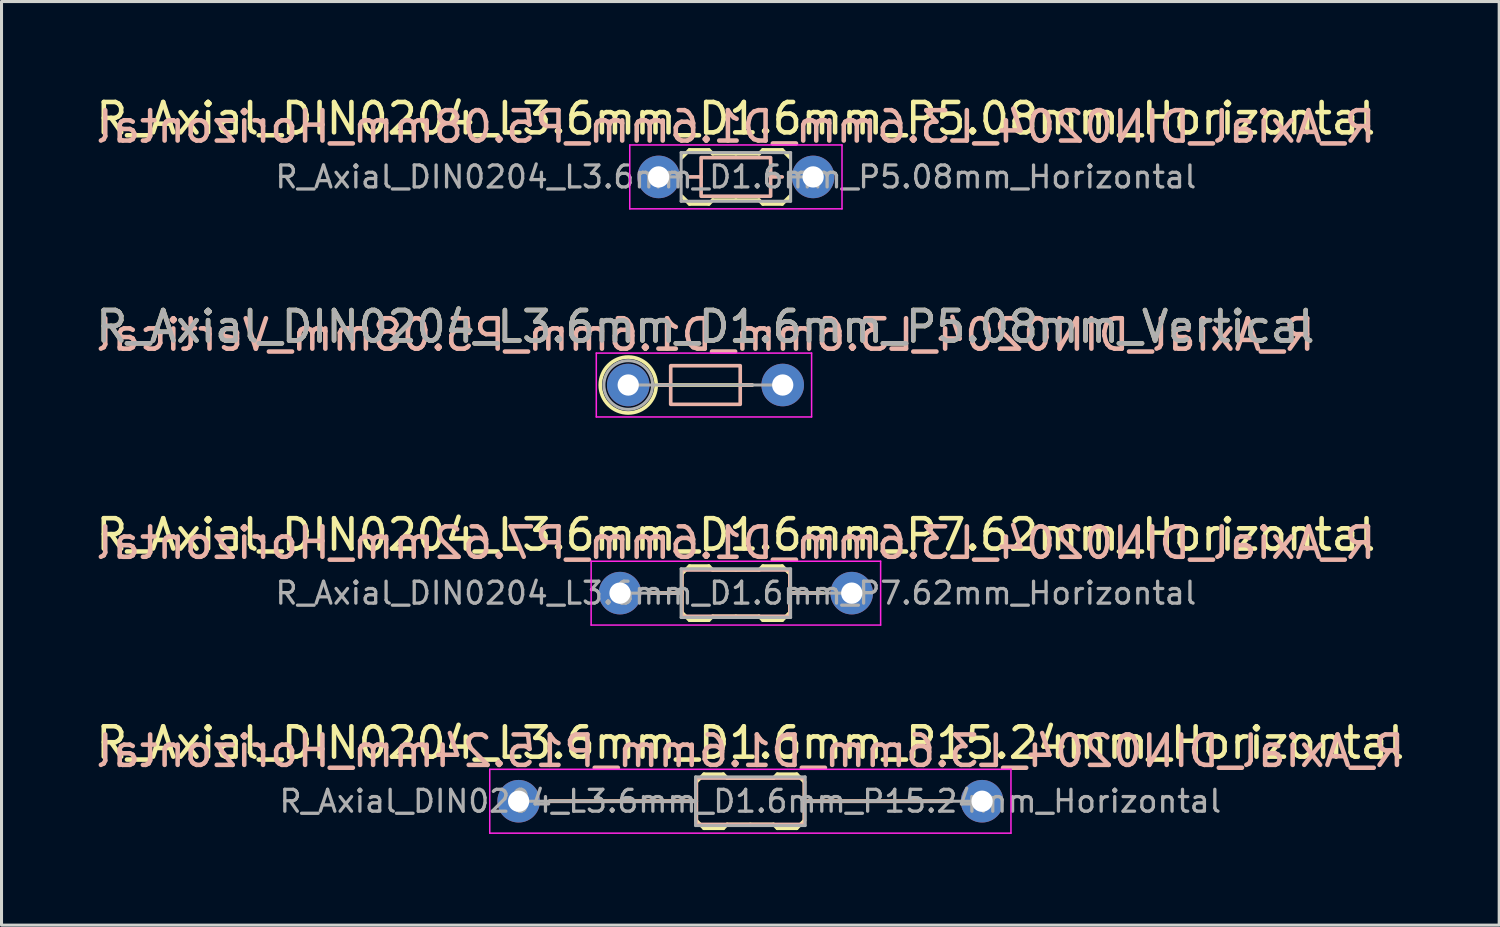
<source format=kicad_pcb>
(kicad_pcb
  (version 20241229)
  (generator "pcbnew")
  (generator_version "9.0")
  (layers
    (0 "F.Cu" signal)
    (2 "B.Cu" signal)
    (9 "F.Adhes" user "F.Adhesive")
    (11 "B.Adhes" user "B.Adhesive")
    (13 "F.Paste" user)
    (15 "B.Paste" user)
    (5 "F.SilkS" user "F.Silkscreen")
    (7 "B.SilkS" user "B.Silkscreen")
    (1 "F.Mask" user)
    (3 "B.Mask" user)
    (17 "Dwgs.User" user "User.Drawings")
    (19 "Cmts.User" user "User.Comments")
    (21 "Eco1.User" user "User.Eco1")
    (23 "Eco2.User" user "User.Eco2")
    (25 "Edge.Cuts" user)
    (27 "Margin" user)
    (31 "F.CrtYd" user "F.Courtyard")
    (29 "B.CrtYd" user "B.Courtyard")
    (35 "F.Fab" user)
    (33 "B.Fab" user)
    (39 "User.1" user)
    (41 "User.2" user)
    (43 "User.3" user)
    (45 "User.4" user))
  (footprint "R_Axial_DIN0204_L3.6mm_D1.6mm_P7.62mm_Horizontal"
    (layer "F.Cu")
    (at 17.339 16.455)
    (property "Reference" "R_Axial_DIN0204_L3.6mm_D1.6mm_P7.62mm_Horizontal" (at 3.81 -1.92 0) (layer "F.SilkS") (effects (font (size 1 1) (thickness 0.15))))
    (fp_line (start 0.94 0) (end 1.89 0) (stroke (width 0.12) (type solid)) (layer "F.SilkS"))
    (fp_line (start 1.89 0) (end 2.032 0) (stroke (width 0.12) (type solid)) (layer "F.SilkS"))
    (fp_line (start 2.032 -0.635) (end 2.286 -0.889) (stroke (width 0.12) (type solid)) (layer "F.SilkS"))
    (fp_line (start 2.032 0.635) (end 2.032 -0.635) (stroke (width 0.12) (type solid)) (layer "F.SilkS"))
    (fp_line (start 2.032 0.635) (end 2.286 0.889) (stroke (width 0.12) (type solid)) (layer "F.SilkS"))
    (fp_line (start 2.286 -0.889) (end 2.921 -0.889) (stroke (width 0.12) (type solid)) (layer "F.SilkS"))
    (fp_line (start 2.286 0.889) (end 2.921 0.889) (stroke (width 0.12) (type solid)) (layer "F.SilkS"))
    (fp_line (start 2.921 -0.889) (end 3.048 -0.762) (stroke (width 0.12) (type solid)) (layer "F.SilkS"))
    (fp_line (start 2.921 0.889) (end 3.048 0.762) (stroke (width 0.12) (type solid)) (layer "F.SilkS"))
    (fp_line (start 3.048 -0.762) (end 3.81 -0.762) (stroke (width 0.12) (type solid)) (layer "F.SilkS"))
    (fp_line (start 3.048 0.762) (end 3.81 0.762) (stroke (width 0.12) (type solid)) (layer "F.SilkS"))
    (fp_line (start 4.572 -0.762) (end 3.81 -0.762) (stroke (width 0.12) (type solid)) (layer "F.SilkS"))
    (fp_line (start 4.572 0.762) (end 3.81 0.762) (stroke (width 0.12) (type solid)) (layer "F.SilkS"))
    (fp_line (start 4.699 -0.889) (end 4.572 -0.762) (stroke (width 0.12) (type solid)) (layer "F.SilkS"))
    (fp_line (start 4.699 0.889) (end 4.572 0.762) (stroke (width 0.12) (type solid)) (layer "F.SilkS"))
    (fp_line (start 5.334 -0.889) (end 4.699 -0.889) (stroke (width 0.12) (type solid)) (layer "F.SilkS"))
    (fp_line (start 5.334 0.889) (end 4.699 0.889) (stroke (width 0.12) (type solid)) (layer "F.SilkS"))
    (fp_line (start 5.588 -0.635) (end 5.334 -0.889) (stroke (width 0.12) (type solid)) (layer "F.SilkS"))
    (fp_line (start 5.588 -0.635) (end 5.588 0.635) (stroke (width 0.12) (type solid)) (layer "F.SilkS"))
    (fp_line (start 5.588 0.635) (end 5.334 0.889) (stroke (width 0.12) (type solid)) (layer "F.SilkS"))
    (fp_line (start 5.715 0) (end 5.588 0) (stroke (width 0.12) (type solid)) (layer "F.SilkS"))
    (fp_line (start 6.68 0) (end 5.73 0) (stroke (width 0.12) (type solid)) (layer "F.SilkS"))
    (fp_line (start 2.032 0) (end 1.016 0) (stroke (width 0.12) (type solid)) (layer "B.SilkS"))
    (fp_line (start 5.588 0) (end 6.604 0) (stroke (width 0.12) (type solid)) (layer "B.SilkS"))
    (fp_rect (start 2.032 -0.762) (end 5.588 0.762) (stroke (width 0.12) (type solid)) (fill no) (layer "B.SilkS"))
    (fp_line (start -0.95 -1.05) (end -0.95 1.05) (stroke (width 0.05) (type solid)) (layer "F.CrtYd"))
    (fp_line (start -0.95 1.05) (end 8.57 1.05) (stroke (width 0.05) (type solid)) (layer "F.CrtYd"))
    (fp_line (start 8.57 -1.05) (end -0.95 -1.05) (stroke (width 0.05) (type solid)) (layer "F.CrtYd"))
    (fp_line (start 8.57 1.05) (end 8.57 -1.05) (stroke (width 0.05) (type solid)) (layer "F.CrtYd"))
    (fp_line (start 0 0) (end 2.01 0) (stroke (width 0.1) (type solid)) (layer "F.Fab"))
    (fp_line (start 2.01 -0.8) (end 2.01 0.8) (stroke (width 0.1) (type solid)) (layer "F.Fab"))
    (fp_line (start 2.01 0.8) (end 5.61 0.8) (stroke (width 0.1) (type solid)) (layer "F.Fab"))
    (fp_line (start 5.61 -0.8) (end 2.01 -0.8) (stroke (width 0.1) (type solid)) (layer "F.Fab"))
    (fp_line (start 5.61 0.8) (end 5.61 -0.8) (stroke (width 0.1) (type solid)) (layer "F.Fab"))
    (fp_line (start 7.62 0) (end 5.61 0) (stroke (width 0.1) (type solid)) (layer "F.Fab"))
    (fp_text user "${REFERENCE}" (at 3.81 -1.651 0) (layer "B.SilkS") (effects (font (size 1 1) (thickness 0.15)) (justify mirror)))
    (fp_text user "${REFERENCE}" (at 3.81 0 0) (layer "F.Fab") (effects (font (size 0.72 0.72) (thickness 0.108))))
    (pad "1" thru_hole circle (at 0 0) (size 1.4 1.4) (drill 0.7) (layers "*.Cu" "*.Mask"))
    (pad "2" thru_hole oval (at 7.62 0) (size 1.4 1.4) (drill 0.7) (layers "*.Cu" "*.Mask")))
  (footprint "R_Axial_DIN0204_L3.6mm_D1.6mm_P15.24mm_Horizontal"
    (layer "F.Cu")
    (at 14.005 23.298)
    (property "Reference" "R_Axial_DIN0204_L3.6mm_D1.6mm_P15.24mm_Horizontal" (at 7.62 -1.92 0) (layer "F.SilkS") (effects (font (size 1 1) (thickness 0.15))))
    (fp_line (start 1.016 0) (end 5.7 0) (stroke (width 0.12) (type solid)) (layer "F.SilkS"))
    (fp_line (start 5.7 0) (end 5.842 0) (stroke (width 0.12) (type solid)) (layer "F.SilkS"))
    (fp_line (start 5.842 -0.635) (end 6.096 -0.889) (stroke (width 0.12) (type solid)) (layer "F.SilkS"))
    (fp_line (start 5.842 0.635) (end 5.842 -0.635) (stroke (width 0.12) (type solid)) (layer "F.SilkS"))
    (fp_line (start 5.842 0.635) (end 6.096 0.889) (stroke (width 0.12) (type solid)) (layer "F.SilkS"))
    (fp_line (start 6.096 -0.889) (end 6.731 -0.889) (stroke (width 0.12) (type solid)) (layer "F.SilkS"))
    (fp_line (start 6.096 0.889) (end 6.731 0.889) (stroke (width 0.12) (type solid)) (layer "F.SilkS"))
    (fp_line (start 6.731 -0.889) (end 6.858 -0.762) (stroke (width 0.12) (type solid)) (layer "F.SilkS"))
    (fp_line (start 6.731 0.889) (end 6.858 0.762) (stroke (width 0.12) (type solid)) (layer "F.SilkS"))
    (fp_line (start 6.858 -0.762) (end 7.62 -0.762) (stroke (width 0.12) (type solid)) (layer "F.SilkS"))
    (fp_line (start 6.858 0.762) (end 7.62 0.762) (stroke (width 0.12) (type solid)) (layer "F.SilkS"))
    (fp_line (start 8.382 -0.762) (end 7.62 -0.762) (stroke (width 0.12) (type solid)) (layer "F.SilkS"))
    (fp_line (start 8.382 0.762) (end 7.62 0.762) (stroke (width 0.12) (type solid)) (layer "F.SilkS"))
    (fp_line (start 8.509 -0.889) (end 8.382 -0.762) (stroke (width 0.12) (type solid)) (layer "F.SilkS"))
    (fp_line (start 8.509 0.889) (end 8.382 0.762) (stroke (width 0.12) (type solid)) (layer "F.SilkS"))
    (fp_line (start 9.144 -0.889) (end 8.509 -0.889) (stroke (width 0.12) (type solid)) (layer "F.SilkS"))
    (fp_line (start 9.144 0.889) (end 8.509 0.889) (stroke (width 0.12) (type solid)) (layer "F.SilkS"))
    (fp_line (start 9.398 -0.635) (end 9.144 -0.889) (stroke (width 0.12) (type solid)) (layer "F.SilkS"))
    (fp_line (start 9.398 -0.635) (end 9.398 0.635) (stroke (width 0.12) (type solid)) (layer "F.SilkS"))
    (fp_line (start 9.398 0.635) (end 9.144 0.889) (stroke (width 0.12) (type solid)) (layer "F.SilkS"))
    (fp_line (start 9.525 0) (end 9.398 0) (stroke (width 0.12) (type solid)) (layer "F.SilkS"))
    (fp_line (start 14.224 0) (end 9.54 0) (stroke (width 0.12) (type solid)) (layer "F.SilkS"))
    (fp_line (start 5.842 0) (end 1.016 0) (stroke (width 0.12) (type solid)) (layer "B.SilkS"))
    (fp_line (start 9.398 0) (end 14.224 0) (stroke (width 0.12) (type solid)) (layer "B.SilkS"))
    (fp_rect (start 5.842 -0.762) (end 9.398 0.762) (stroke (width 0.12) (type solid)) (fill no) (layer "B.SilkS"))
    (fp_line (start -0.95 -1.05) (end -0.95 1.05) (stroke (width 0.05) (type solid)) (layer "F.CrtYd"))
    (fp_line (start -0.95 1.05) (end 16.19 1.05) (stroke (width 0.05) (type solid)) (layer "F.CrtYd"))
    (fp_line (start 16.19 -1.05) (end -0.95 -1.05) (stroke (width 0.05) (type solid)) (layer "F.CrtYd"))
    (fp_line (start 16.19 1.05) (end 16.19 -1.05) (stroke (width 0.05) (type solid)) (layer "F.CrtYd"))
    (fp_line (start 0 0) (end 5.842 0) (stroke (width 0.1) (type solid)) (layer "F.Fab"))
    (fp_line (start 5.82 -0.8) (end 5.82 0.8) (stroke (width 0.1) (type solid)) (layer "F.Fab"))
    (fp_line (start 5.82 0.8) (end 9.42 0.8) (stroke (width 0.1) (type solid)) (layer "F.Fab"))
    (fp_line (start 9.42 -0.8) (end 5.82 -0.8) (stroke (width 0.1) (type solid)) (layer "F.Fab"))
    (fp_line (start 9.42 0.8) (end 9.42 -0.8) (stroke (width 0.1) (type solid)) (layer "F.Fab"))
    (fp_line (start 15.24 0) (end 9.42 0) (stroke (width 0.1) (type solid)) (layer "F.Fab"))
    (fp_text user "${REFERENCE}" (at 7.62 -1.651 0) (layer "B.SilkS") (effects (font (size 1 1) (thickness 0.15)) (justify mirror)))
    (fp_text user "${REFERENCE}" (at 7.62 0 0) (layer "F.Fab") (effects (font (size 0.72 0.72) (thickness 0.108))))
    (pad "1" thru_hole circle (at 0 0) (size 1.4 1.4) (drill 0.7) (layers "*.Cu" "*.Mask"))
    (pad "2" thru_hole oval (at 15.24 0) (size 1.4 1.4) (drill 0.7) (layers "*.Cu" "*.Mask")))
  (footprint "R_Axial_DIN0204_L3.6mm_D1.6mm_P5.08mm_Vertical"
    (layer "F.Cu")
    (at 17.609 9.611)
    (property "Reference" "R_Axial_DIN0204_L3.6mm_D1.6mm_P5.08mm_Vertical" (at 2.54 -1.92 0) (layer "F.SilkS") (effects (font (size 1 1) (thickness 0.15))))
    (fp_line (start 0.92 0) (end 4.08 0) (stroke (width 0.12) (type solid)) (layer "F.SilkS"))
    (fp_circle (center 0 0) (end 0.92 0) (stroke (width 0.12) (type solid)) (fill no) (layer "F.SilkS"))
    (fp_line (start 1.016 0) (end 1.397 0) (stroke (width 0.12) (type solid)) (layer "B.SilkS"))
    (fp_line (start 4.064 0) (end 3.683 0) (stroke (width 0.12) (type solid)) (layer "B.SilkS"))
    (fp_rect (start 1.397 -0.635) (end 3.683 0.635) (stroke (width 0.12) (type solid)) (fill no) (layer "B.SilkS"))
    (fp_line (start -1.05 -1.05) (end -1.05 1.05) (stroke (width 0.05) (type solid)) (layer "F.CrtYd"))
    (fp_line (start -1.05 1.05) (end 6.03 1.05) (stroke (width 0.05) (type solid)) (layer "F.CrtYd"))
    (fp_line (start 6.03 -1.05) (end -1.05 -1.05) (stroke (width 0.05) (type solid)) (layer "F.CrtYd"))
    (fp_line (start 6.03 1.05) (end 6.03 -1.05) (stroke (width 0.05) (type solid)) (layer "F.CrtYd"))
    (fp_line (start 0 0) (end 5.08 0) (stroke (width 0.1) (type solid)) (layer "F.Fab"))
    (fp_circle (center 0 0) (end 0.8 0) (stroke (width 0.1) (type solid)) (fill no) (layer "F.Fab"))
    (fp_text user "${REFERENCE}" (at 2.54 -1.651 0) (layer "B.SilkS") (effects (font (size 1 1) (thickness 0.15)) (justify mirror)))
    (fp_text user "${REFERENCE}" (at 2.54 -1.92 0) (layer "F.Fab") (effects (font (size 1 1) (thickness 0.15))))
    (pad "1" thru_hole circle (at 0 0) (size 1.4 1.4) (drill 0.7) (layers "*.Cu" "*.Mask"))
    (pad "2" thru_hole oval (at 5.08 0) (size 1.4 1.4) (drill 0.7) (layers "*.Cu" "*.Mask")))
  (footprint "R_Axial_DIN0204_L3.6mm_D1.6mm_P5.08mm_Horizontal"
    (layer "F.Cu")
    (at 18.609 2.768)
    (property "Reference" "R_Axial_DIN0204_L3.6mm_D1.6mm_P5.08mm_Horizontal" (at 2.54 -1.92 0) (layer "F.SilkS") (effects (font (size 1 1) (thickness 0.15))))
    (fp_line (start 0.762 -0.635) (end 1.016 -0.889) (stroke (width 0.12) (type solid)) (layer "F.SilkS"))
    (fp_line (start 0.762 0.635) (end 1.016 0.889) (stroke (width 0.12) (type solid)) (layer "F.SilkS"))
    (fp_line (start 1.016 -0.889) (end 1.651 -0.889) (stroke (width 0.12) (type solid)) (layer "F.SilkS"))
    (fp_line (start 1.016 0.889) (end 1.651 0.889) (stroke (width 0.12) (type solid)) (layer "F.SilkS"))
    (fp_line (start 1.651 -0.889) (end 1.778 -0.762) (stroke (width 0.12) (type solid)) (layer "F.SilkS"))
    (fp_line (start 1.651 0.889) (end 1.778 0.762) (stroke (width 0.12) (type solid)) (layer "F.SilkS"))
    (fp_line (start 1.778 -0.762) (end 2.54 -0.762) (stroke (width 0.12) (type solid)) (layer "F.SilkS"))
    (fp_line (start 1.778 0.762) (end 2.54 0.762) (stroke (width 0.12) (type solid)) (layer "F.SilkS"))
    (fp_line (start 3.302 -0.762) (end 2.54 -0.762) (stroke (width 0.12) (type solid)) (layer "F.SilkS"))
    (fp_line (start 3.302 0.762) (end 2.54 0.762) (stroke (width 0.12) (type solid)) (layer "F.SilkS"))
    (fp_line (start 3.429 -0.889) (end 3.302 -0.762) (stroke (width 0.12) (type solid)) (layer "F.SilkS"))
    (fp_line (start 3.429 0.889) (end 3.302 0.762) (stroke (width 0.12) (type solid)) (layer "F.SilkS"))
    (fp_line (start 4.064 -0.889) (end 3.429 -0.889) (stroke (width 0.12) (type solid)) (layer "F.SilkS"))
    (fp_line (start 4.064 0.889) (end 3.429 0.889) (stroke (width 0.12) (type solid)) (layer "F.SilkS"))
    (fp_line (start 4.318 -0.635) (end 4.064 -0.889) (stroke (width 0.12) (type solid)) (layer "F.SilkS"))
    (fp_line (start 4.318 0.635) (end 4.064 0.889) (stroke (width 0.12) (type solid)) (layer "F.SilkS"))
    (fp_line (start 1.016 0) (end 1.397 0) (stroke (width 0.12) (type solid)) (layer "B.SilkS"))
    (fp_line (start 4.064 0) (end 3.683 0) (stroke (width 0.12) (type solid)) (layer "B.SilkS"))
    (fp_rect (start 1.397 -0.635) (end 3.683 0.635) (stroke (width 0.12) (type solid)) (fill no) (layer "B.SilkS"))
    (fp_line (start -0.95 -1.05) (end -0.95 1.05) (stroke (width 0.05) (type solid)) (layer "F.CrtYd"))
    (fp_line (start -0.95 1.05) (end 6.03 1.05) (stroke (width 0.05) (type solid)) (layer "F.CrtYd"))
    (fp_line (start 6.03 -1.05) (end -0.95 -1.05) (stroke (width 0.05) (type solid)) (layer "F.CrtYd"))
    (fp_line (start 6.03 1.05) (end 6.03 -1.05) (stroke (width 0.05) (type solid)) (layer "F.CrtYd"))
    (fp_line (start 0 0) (end 0.74 0) (stroke (width 0.1) (type solid)) (layer "F.Fab"))
    (fp_line (start 0.74 -0.8) (end 0.74 0.8) (stroke (width 0.1) (type solid)) (layer "F.Fab"))
    (fp_line (start 0.74 0.8) (end 4.34 0.8) (stroke (width 0.1) (type solid)) (layer "F.Fab"))
    (fp_line (start 4.34 -0.8) (end 0.74 -0.8) (stroke (width 0.1) (type solid)) (layer "F.Fab"))
    (fp_line (start 4.34 0.8) (end 4.34 -0.8) (stroke (width 0.1) (type solid)) (layer "F.Fab"))
    (fp_line (start 5.08 0) (end 4.34 0) (stroke (width 0.1) (type solid)) (layer "F.Fab"))
    (fp_text user "${REFERENCE}" (at 2.54 -1.651 0) (layer "B.SilkS") (effects (font (size 1 1) (thickness 0.15)) (justify mirror)))
    (fp_text user "${REFERENCE}" (at 2.54 0 0) (layer "F.Fab") (effects (font (size 0.72 0.72) (thickness 0.108))))
    (pad "1" thru_hole circle (at 0 0) (size 1.4 1.4) (drill 0.7) (layers "*.Cu" "*.Mask"))
    (pad "2" thru_hole oval (at 5.08 0) (size 1.4 1.4) (drill 0.7) (layers "*.Cu" "*.Mask")))
  (gr_rect
    (start -3 -3)
    (end 46.25 27.373)
    (stroke (width 0.1) (type default))
    (fill no)
    (layer "Edge.Cuts")))
</source>
